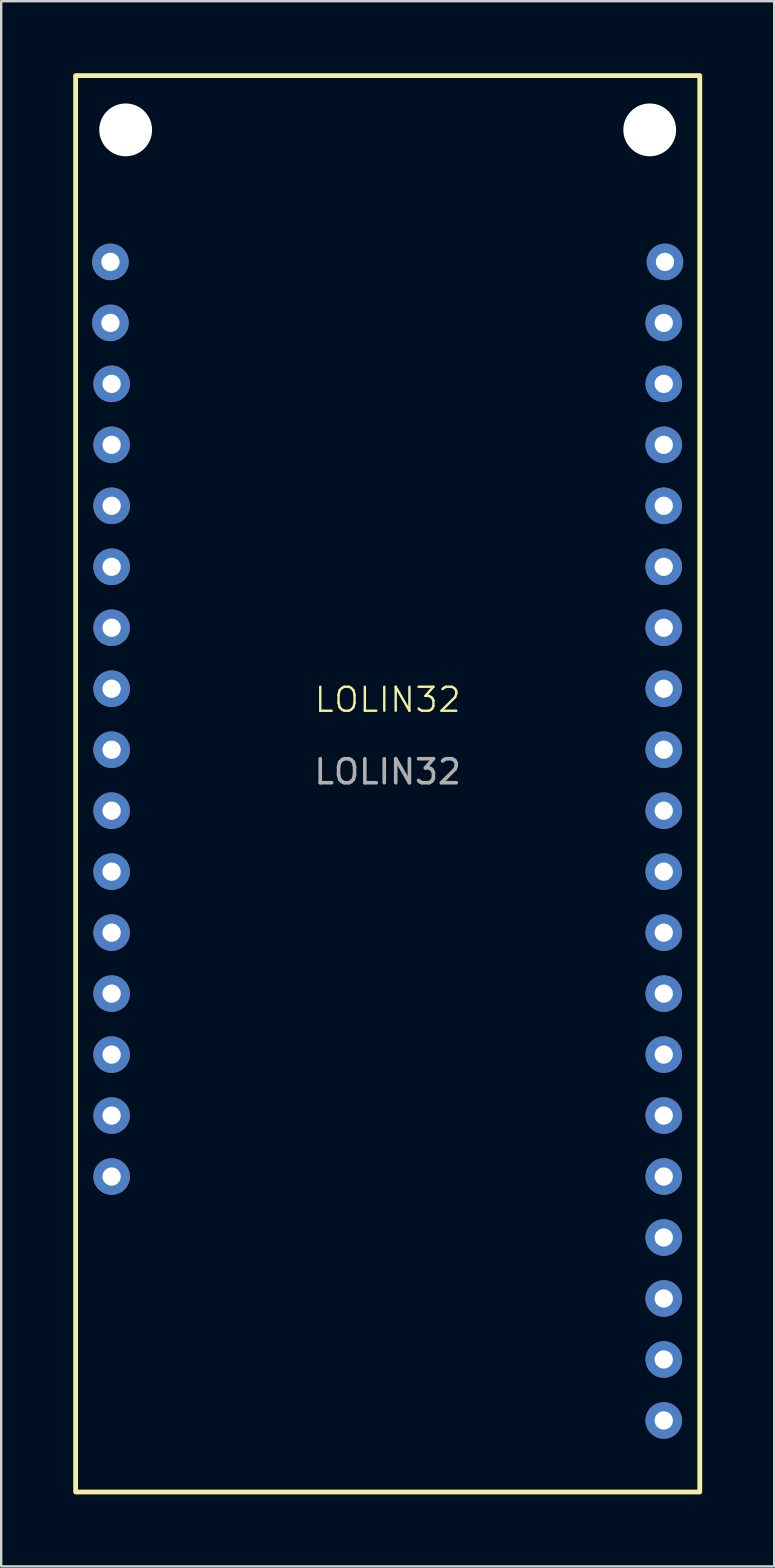
<source format=kicad_pcb>
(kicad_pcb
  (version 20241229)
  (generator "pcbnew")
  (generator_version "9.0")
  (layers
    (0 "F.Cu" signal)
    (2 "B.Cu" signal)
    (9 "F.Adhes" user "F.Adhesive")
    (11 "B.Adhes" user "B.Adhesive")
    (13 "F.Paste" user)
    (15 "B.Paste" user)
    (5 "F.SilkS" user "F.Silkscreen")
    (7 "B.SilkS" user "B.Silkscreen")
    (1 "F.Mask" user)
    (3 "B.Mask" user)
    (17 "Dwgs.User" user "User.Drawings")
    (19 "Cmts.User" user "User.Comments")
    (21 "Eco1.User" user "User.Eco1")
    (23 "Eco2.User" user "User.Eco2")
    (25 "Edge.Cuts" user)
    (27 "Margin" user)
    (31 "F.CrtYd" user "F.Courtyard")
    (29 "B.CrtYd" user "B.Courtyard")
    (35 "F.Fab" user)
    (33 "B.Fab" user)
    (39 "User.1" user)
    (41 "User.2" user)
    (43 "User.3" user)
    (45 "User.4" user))
  (footprint "LOLIN32"
    (layer "F.Cu")
    (at 13.1 29.1)
    (property "Reference" "LOLIN32" (at 0 -3 0) (unlocked yes) (layer "F.SilkS") (effects (font (size 1 1) (thickness 0.1))))
    (attr through_hole)
    (fp_rect (start -13 -29) (end 13 30) (stroke (width 0.2) (type default)) (fill no) (layer "F.SilkS"))
    (fp_text user "${REFERENCE}" (at 0 0 0) (unlocked yes) (layer "F.Fab") (effects (font (size 1 1) (thickness 0.15))))
    (pad "" np_thru_hole circle (at -10.915 -26.74) (size 2.2 2.2) (drill 2.2) (layers "*.Cu" "*.Mask"))
    (pad "" np_thru_hole circle (at 10.915 -26.74) (size 2.2 2.2) (drill 2.2) (layers "*.Cu" "*.Mask"))
    (pad "1" thru_hole circle (at -11.55 -21.24) (size 1.524 1.524) (drill 0.762) (layers "*.Cu" "*.Mask"))
    (pad "2" thru_hole circle (at -11.55 -18.7) (size 1.524 1.524) (drill 0.762) (layers "*.Cu" "*.Mask"))
    (pad "3" thru_hole circle (at -11.5 -16.16) (size 1.524 1.524) (drill 0.762) (layers "*.Cu" "*.Mask"))
    (pad "4" thru_hole circle (at -11.5 -13.62) (size 1.524 1.524) (drill 0.762) (layers "*.Cu" "*.Mask"))
    (pad "5" thru_hole circle (at -11.5 -11.08) (size 1.524 1.524) (drill 0.762) (layers "*.Cu" "*.Mask"))
    (pad "6" thru_hole circle (at -11.5 -8.54) (size 1.524 1.524) (drill 0.762) (layers "*.Cu" "*.Mask"))
    (pad "7" thru_hole circle (at -11.5 -6) (size 1.524 1.524) (drill 0.762) (layers "*.Cu" "*.Mask"))
    (pad "8" thru_hole circle (at -11.5 -3.46) (size 1.524 1.524) (drill 0.762) (layers "*.Cu" "*.Mask"))
    (pad "9" thru_hole circle (at -11.5 -0.92) (size 1.524 1.524) (drill 0.762) (layers "*.Cu" "*.Mask"))
    (pad "10" thru_hole circle (at -11.5 1.62) (size 1.524 1.524) (drill 0.762) (layers "*.Cu" "*.Mask"))
    (pad "11" thru_hole circle (at -11.5 4.16) (size 1.524 1.524) (drill 0.762) (layers "*.Cu" "*.Mask"))
    (pad "12" thru_hole circle (at -11.5 6.7) (size 1.524 1.524) (drill 0.762) (layers "*.Cu" "*.Mask"))
    (pad "13" thru_hole circle (at -11.5 9.24) (size 1.524 1.524) (drill 0.762) (layers "*.Cu" "*.Mask"))
    (pad "14" thru_hole circle (at -11.5 11.78) (size 1.524 1.524) (drill 0.762) (layers "*.Cu" "*.Mask"))
    (pad "15" thru_hole circle (at -11.5 14.32) (size 1.524 1.524) (drill 0.762) (layers "*.Cu" "*.Mask"))
    (pad "16" thru_hole circle (at -11.5 16.86) (size 1.524 1.524) (drill 0.762) (layers "*.Cu" "*.Mask"))
    (pad "17" thru_hole circle (at 11.55 -21.24) (size 1.524 1.524) (drill 0.762) (layers "*.Cu" "*.Mask"))
    (pad "18" thru_hole circle (at 11.5 -18.7) (size 1.524 1.524) (drill 0.762) (layers "*.Cu" "*.Mask"))
    (pad "19" thru_hole circle (at 11.5 -16.16) (size 1.524 1.524) (drill 0.762) (layers "*.Cu" "*.Mask"))
    (pad "20" thru_hole circle (at 11.5 -13.62) (size 1.524 1.524) (drill 0.762) (layers "*.Cu" "*.Mask"))
    (pad "21" thru_hole circle (at 11.5 -11.08) (size 1.524 1.524) (drill 0.762) (layers "*.Cu" "*.Mask"))
    (pad "22" thru_hole circle (at 11.5 -8.54) (size 1.524 1.524) (drill 0.762) (layers "*.Cu" "*.Mask"))
    (pad "23" thru_hole circle (at 11.5 -6) (size 1.524 1.524) (drill 0.762) (layers "*.Cu" "*.Mask"))
    (pad "24" thru_hole circle (at 11.5 -3.46) (size 1.524 1.524) (drill 0.762) (layers "*.Cu" "*.Mask"))
    (pad "25" thru_hole circle (at 11.5 -0.92) (size 1.524 1.524) (drill 0.762) (layers "*.Cu" "*.Mask"))
    (pad "26" thru_hole circle (at 11.5 1.62) (size 1.524 1.524) (drill 0.762) (layers "*.Cu" "*.Mask"))
    (pad "27" thru_hole circle (at 11.5 4.16) (size 1.524 1.524) (drill 0.762) (layers "*.Cu" "*.Mask"))
    (pad "28" thru_hole circle (at 11.5 6.7) (size 1.524 1.524) (drill 0.762) (layers "*.Cu" "*.Mask"))
    (pad "29" thru_hole circle (at 11.5 9.24) (size 1.524 1.524) (drill 0.762) (layers "*.Cu" "*.Mask"))
    (pad "30" thru_hole circle (at 11.5 11.78) (size 1.524 1.524) (drill 0.762) (layers "*.Cu" "*.Mask"))
    (pad "31" thru_hole circle (at 11.5 14.32) (size 1.524 1.524) (drill 0.762) (layers "*.Cu" "*.Mask"))
    (pad "32" thru_hole circle (at 11.5 16.86) (size 1.524 1.524) (drill 0.762) (layers "*.Cu" "*.Mask"))
    (pad "33" thru_hole circle (at 11.5 19.4) (size 1.524 1.524) (drill 0.762) (layers "*.Cu" "*.Mask"))
    (pad "34" thru_hole circle (at 11.5 21.94) (size 1.524 1.524) (drill 0.762) (layers "*.Cu" "*.Mask"))
    (pad "35" thru_hole circle (at 11.5 24.48) (size 1.524 1.524) (drill 0.762) (layers "*.Cu" "*.Mask"))
    (pad "36" thru_hole circle (at 11.5 27.02) (size 1.524 1.524) (drill 0.762) (layers "*.Cu" "*.Mask")))
  (gr_rect
    (start -3 -3)
    (end 29.2 62.2)
    (stroke (width 0.1) (type default))
    (fill no)
    (layer "Edge.Cuts")))
</source>
